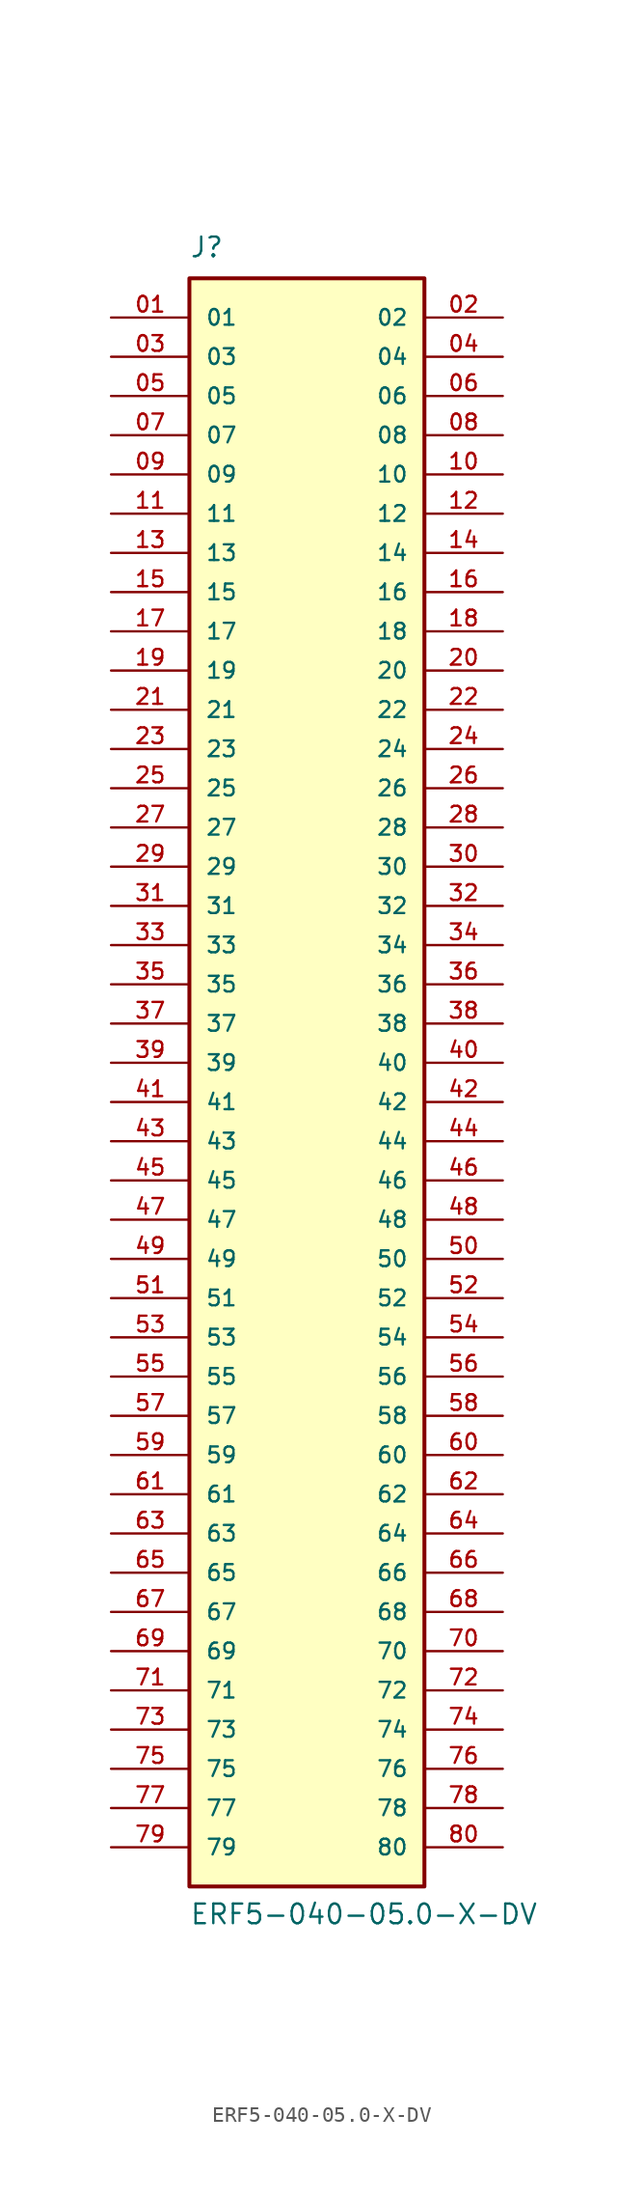
<source format=kicad_sym>
(kicad_symbol_lib
  (version 20231120)
  (generator "kicad_symbol_editor")
  (generator_version "8.0")
  (symbol "ERF5-040-05.0-X-DV"
    (pin_names
      (offset 1.016))
    (property "Reference" "J"
      (at -7.62 52.07 0)
      (effects (font (size 1.27 1.27)) (justify left bottom)))
    (property "Value" "ERF5-040-05.0-X-DV"
      (at -7.62 -55.88 0)
      (effects (font (size 1.27 1.27)) (justify left bottom)))
    (symbol "ERF5-040-05.0-X-DV_0_0"
      (rectangle (start -7.62 -53.34) (end 7.62 50.8) (stroke (width 0.254) (type default)) (fill (type background)))
      (pin passive line (at -12.7 48.26 0) (length 5.08) (name "01" (effects (font (size 1.016 1.016)))) (number "01" (effects (font (size 1.016 1.016)))))
      (pin passive line (at 12.7 48.26 180) (length 5.08) (name "02" (effects (font (size 1.016 1.016)))) (number "02" (effects (font (size 1.016 1.016)))))
      (pin passive line (at -12.7 45.72 0) (length 5.08) (name "03" (effects (font (size 1.016 1.016)))) (number "03" (effects (font (size 1.016 1.016)))))
      (pin passive line (at 12.7 45.72 180) (length 5.08) (name "04" (effects (font (size 1.016 1.016)))) (number "04" (effects (font (size 1.016 1.016)))))
      (pin passive line (at -12.7 43.18 0) (length 5.08) (name "05" (effects (font (size 1.016 1.016)))) (number "05" (effects (font (size 1.016 1.016)))))
      (pin passive line (at 12.7 43.18 180) (length 5.08) (name "06" (effects (font (size 1.016 1.016)))) (number "06" (effects (font (size 1.016 1.016)))))
      (pin passive line (at -12.7 40.64 0) (length 5.08) (name "07" (effects (font (size 1.016 1.016)))) (number "07" (effects (font (size 1.016 1.016)))))
      (pin passive line (at 12.7 40.64 180) (length 5.08) (name "08" (effects (font (size 1.016 1.016)))) (number "08" (effects (font (size 1.016 1.016)))))
      (pin passive line (at -12.7 38.1 0) (length 5.08) (name "09" (effects (font (size 1.016 1.016)))) (number "09" (effects (font (size 1.016 1.016)))))
      (pin passive line (at 12.7 38.1 180) (length 5.08) (name "10" (effects (font (size 1.016 1.016)))) (number "10" (effects (font (size 1.016 1.016)))))
      (pin passive line (at -12.7 35.56 0) (length 5.08) (name "11" (effects (font (size 1.016 1.016)))) (number "11" (effects (font (size 1.016 1.016)))))
      (pin passive line (at 12.7 35.56 180) (length 5.08) (name "12" (effects (font (size 1.016 1.016)))) (number "12" (effects (font (size 1.016 1.016)))))
      (pin passive line (at -12.7 33.02 0) (length 5.08) (name "13" (effects (font (size 1.016 1.016)))) (number "13" (effects (font (size 1.016 1.016)))))
      (pin passive line (at 12.7 33.02 180) (length 5.08) (name "14" (effects (font (size 1.016 1.016)))) (number "14" (effects (font (size 1.016 1.016)))))
      (pin passive line (at -12.7 30.48 0) (length 5.08) (name "15" (effects (font (size 1.016 1.016)))) (number "15" (effects (font (size 1.016 1.016)))))
      (pin passive line (at 12.7 30.48 180) (length 5.08) (name "16" (effects (font (size 1.016 1.016)))) (number "16" (effects (font (size 1.016 1.016)))))
      (pin passive line (at -12.7 27.94 0) (length 5.08) (name "17" (effects (font (size 1.016 1.016)))) (number "17" (effects (font (size 1.016 1.016)))))
      (pin passive line (at 12.7 27.94 180) (length 5.08) (name "18" (effects (font (size 1.016 1.016)))) (number "18" (effects (font (size 1.016 1.016)))))
      (pin passive line (at -12.7 25.4 0) (length 5.08) (name "19" (effects (font (size 1.016 1.016)))) (number "19" (effects (font (size 1.016 1.016)))))
      (pin passive line (at 12.7 25.4 180) (length 5.08) (name "20" (effects (font (size 1.016 1.016)))) (number "20" (effects (font (size 1.016 1.016)))))
      (pin passive line (at -12.7 22.86 0) (length 5.08) (name "21" (effects (font (size 1.016 1.016)))) (number "21" (effects (font (size 1.016 1.016)))))
      (pin passive line (at 12.7 22.86 180) (length 5.08) (name "22" (effects (font (size 1.016 1.016)))) (number "22" (effects (font (size 1.016 1.016)))))
      (pin passive line (at -12.7 20.32 0) (length 5.08) (name "23" (effects (font (size 1.016 1.016)))) (number "23" (effects (font (size 1.016 1.016)))))
      (pin passive line (at 12.7 20.32 180) (length 5.08) (name "24" (effects (font (size 1.016 1.016)))) (number "24" (effects (font (size 1.016 1.016)))))
      (pin passive line (at -12.7 17.78 0) (length 5.08) (name "25" (effects (font (size 1.016 1.016)))) (number "25" (effects (font (size 1.016 1.016)))))
      (pin passive line (at 12.7 17.78 180) (length 5.08) (name "26" (effects (font (size 1.016 1.016)))) (number "26" (effects (font (size 1.016 1.016)))))
      (pin passive line (at -12.7 15.24 0) (length 5.08) (name "27" (effects (font (size 1.016 1.016)))) (number "27" (effects (font (size 1.016 1.016)))))
      (pin passive line (at 12.7 15.24 180) (length 5.08) (name "28" (effects (font (size 1.016 1.016)))) (number "28" (effects (font (size 1.016 1.016)))))
      (pin passive line (at -12.7 12.7 0) (length 5.08) (name "29" (effects (font (size 1.016 1.016)))) (number "29" (effects (font (size 1.016 1.016)))))
      (pin passive line (at 12.7 12.7 180) (length 5.08) (name "30" (effects (font (size 1.016 1.016)))) (number "30" (effects (font (size 1.016 1.016)))))
      (pin passive line (at -12.7 10.16 0) (length 5.08) (name "31" (effects (font (size 1.016 1.016)))) (number "31" (effects (font (size 1.016 1.016)))))
      (pin passive line (at 12.7 10.16 180) (length 5.08) (name "32" (effects (font (size 1.016 1.016)))) (number "32" (effects (font (size 1.016 1.016)))))
      (pin passive line (at -12.7 7.62 0) (length 5.08) (name "33" (effects (font (size 1.016 1.016)))) (number "33" (effects (font (size 1.016 1.016)))))
      (pin passive line (at 12.7 7.62 180) (length 5.08) (name "34" (effects (font (size 1.016 1.016)))) (number "34" (effects (font (size 1.016 1.016)))))
      (pin passive line (at -12.7 5.08 0) (length 5.08) (name "35" (effects (font (size 1.016 1.016)))) (number "35" (effects (font (size 1.016 1.016)))))
      (pin passive line (at 12.7 5.08 180) (length 5.08) (name "36" (effects (font (size 1.016 1.016)))) (number "36" (effects (font (size 1.016 1.016)))))
      (pin passive line (at -12.7 2.54 0) (length 5.08) (name "37" (effects (font (size 1.016 1.016)))) (number "37" (effects (font (size 1.016 1.016)))))
      (pin passive line (at 12.7 2.54 180) (length 5.08) (name "38" (effects (font (size 1.016 1.016)))) (number "38" (effects (font (size 1.016 1.016)))))
      (pin passive line (at -12.7 0 0) (length 5.08) (name "39" (effects (font (size 1.016 1.016)))) (number "39" (effects (font (size 1.016 1.016)))))
      (pin passive line (at 12.7 0 180) (length 5.08) (name "40" (effects (font (size 1.016 1.016)))) (number "40" (effects (font (size 1.016 1.016)))))
      (pin passive line (at -12.7 -2.54 0) (length 5.08) (name "41" (effects (font (size 1.016 1.016)))) (number "41" (effects (font (size 1.016 1.016)))))
      (pin passive line (at 12.7 -2.54 180) (length 5.08) (name "42" (effects (font (size 1.016 1.016)))) (number "42" (effects (font (size 1.016 1.016)))))
      (pin passive line (at -12.7 -5.08 0) (length 5.08) (name "43" (effects (font (size 1.016 1.016)))) (number "43" (effects (font (size 1.016 1.016)))))
      (pin passive line (at 12.7 -5.08 180) (length 5.08) (name "44" (effects (font (size 1.016 1.016)))) (number "44" (effects (font (size 1.016 1.016)))))
      (pin passive line (at -12.7 -7.62 0) (length 5.08) (name "45" (effects (font (size 1.016 1.016)))) (number "45" (effects (font (size 1.016 1.016)))))
      (pin passive line (at 12.7 -7.62 180) (length 5.08) (name "46" (effects (font (size 1.016 1.016)))) (number "46" (effects (font (size 1.016 1.016)))))
      (pin passive line (at -12.7 -10.16 0) (length 5.08) (name "47" (effects (font (size 1.016 1.016)))) (number "47" (effects (font (size 1.016 1.016)))))
      (pin passive line (at 12.7 -10.16 180) (length 5.08) (name "48" (effects (font (size 1.016 1.016)))) (number "48" (effects (font (size 1.016 1.016)))))
      (pin passive line (at -12.7 -12.7 0) (length 5.08) (name "49" (effects (font (size 1.016 1.016)))) (number "49" (effects (font (size 1.016 1.016)))))
      (pin passive line (at 12.7 -12.7 180) (length 5.08) (name "50" (effects (font (size 1.016 1.016)))) (number "50" (effects (font (size 1.016 1.016)))))
      (pin passive line (at -12.7 -15.24 0) (length 5.08) (name "51" (effects (font (size 1.016 1.016)))) (number "51" (effects (font (size 1.016 1.016)))))
      (pin passive line (at 12.7 -15.24 180) (length 5.08) (name "52" (effects (font (size 1.016 1.016)))) (number "52" (effects (font (size 1.016 1.016)))))
      (pin passive line (at -12.7 -17.78 0) (length 5.08) (name "53" (effects (font (size 1.016 1.016)))) (number "53" (effects (font (size 1.016 1.016)))))
      (pin passive line (at 12.7 -17.78 180) (length 5.08) (name "54" (effects (font (size 1.016 1.016)))) (number "54" (effects (font (size 1.016 1.016)))))
      (pin passive line (at -12.7 -20.32 0) (length 5.08) (name "55" (effects (font (size 1.016 1.016)))) (number "55" (effects (font (size 1.016 1.016)))))
      (pin passive line (at 12.7 -20.32 180) (length 5.08) (name "56" (effects (font (size 1.016 1.016)))) (number "56" (effects (font (size 1.016 1.016)))))
      (pin passive line (at -12.7 -22.86 0) (length 5.08) (name "57" (effects (font (size 1.016 1.016)))) (number "57" (effects (font (size 1.016 1.016)))))
      (pin passive line (at 12.7 -22.86 180) (length 5.08) (name "58" (effects (font (size 1.016 1.016)))) (number "58" (effects (font (size 1.016 1.016)))))
      (pin passive line (at -12.7 -25.4 0) (length 5.08) (name "59" (effects (font (size 1.016 1.016)))) (number "59" (effects (font (size 1.016 1.016)))))
      (pin passive line (at 12.7 -25.4 180) (length 5.08) (name "60" (effects (font (size 1.016 1.016)))) (number "60" (effects (font (size 1.016 1.016)))))
      (pin passive line (at -12.7 -27.94 0) (length 5.08) (name "61" (effects (font (size 1.016 1.016)))) (number "61" (effects (font (size 1.016 1.016)))))
      (pin passive line (at 12.7 -27.94 180) (length 5.08) (name "62" (effects (font (size 1.016 1.016)))) (number "62" (effects (font (size 1.016 1.016)))))
      (pin passive line (at -12.7 -30.48 0) (length 5.08) (name "63" (effects (font (size 1.016 1.016)))) (number "63" (effects (font (size 1.016 1.016)))))
      (pin passive line (at 12.7 -30.48 180) (length 5.08) (name "64" (effects (font (size 1.016 1.016)))) (number "64" (effects (font (size 1.016 1.016)))))
      (pin passive line (at -12.7 -33.02 0) (length 5.08) (name "65" (effects (font (size 1.016 1.016)))) (number "65" (effects (font (size 1.016 1.016)))))
      (pin passive line (at 12.7 -33.02 180) (length 5.08) (name "66" (effects (font (size 1.016 1.016)))) (number "66" (effects (font (size 1.016 1.016)))))
      (pin passive line (at -12.7 -35.56 0) (length 5.08) (name "67" (effects (font (size 1.016 1.016)))) (number "67" (effects (font (size 1.016 1.016)))))
      (pin passive line (at 12.7 -35.56 180) (length 5.08) (name "68" (effects (font (size 1.016 1.016)))) (number "68" (effects (font (size 1.016 1.016)))))
      (pin passive line (at -12.7 -38.1 0) (length 5.08) (name "69" (effects (font (size 1.016 1.016)))) (number "69" (effects (font (size 1.016 1.016)))))
      (pin passive line (at 12.7 -38.1 180) (length 5.08) (name "70" (effects (font (size 1.016 1.016)))) (number "70" (effects (font (size 1.016 1.016)))))
      (pin passive line (at -12.7 -40.64 0) (length 5.08) (name "71" (effects (font (size 1.016 1.016)))) (number "71" (effects (font (size 1.016 1.016)))))
      (pin passive line (at 12.7 -40.64 180) (length 5.08) (name "72" (effects (font (size 1.016 1.016)))) (number "72" (effects (font (size 1.016 1.016)))))
      (pin passive line (at -12.7 -43.18 0) (length 5.08) (name "73" (effects (font (size 1.016 1.016)))) (number "73" (effects (font (size 1.016 1.016)))))
      (pin passive line (at 12.7 -43.18 180) (length 5.08) (name "74" (effects (font (size 1.016 1.016)))) (number "74" (effects (font (size 1.016 1.016)))))
      (pin passive line (at -12.7 -45.72 0) (length 5.08) (name "75" (effects (font (size 1.016 1.016)))) (number "75" (effects (font (size 1.016 1.016)))))
      (pin passive line (at 12.7 -45.72 180) (length 5.08) (name "76" (effects (font (size 1.016 1.016)))) (number "76" (effects (font (size 1.016 1.016)))))
      (pin passive line (at -12.7 -48.26 0) (length 5.08) (name "77" (effects (font (size 1.016 1.016)))) (number "77" (effects (font (size 1.016 1.016)))))
      (pin passive line (at 12.7 -48.26 180) (length 5.08) (name "78" (effects (font (size 1.016 1.016)))) (number "78" (effects (font (size 1.016 1.016)))))
      (pin passive line (at -12.7 -50.8 0) (length 5.08) (name "79" (effects (font (size 1.016 1.016)))) (number "79" (effects (font (size 1.016 1.016)))))
      (pin passive line (at 12.7 -50.8 180) (length 5.08) (name "80" (effects (font (size 1.016 1.016)))) (number "80" (effects (font (size 1.016 1.016))))))))
</source>
